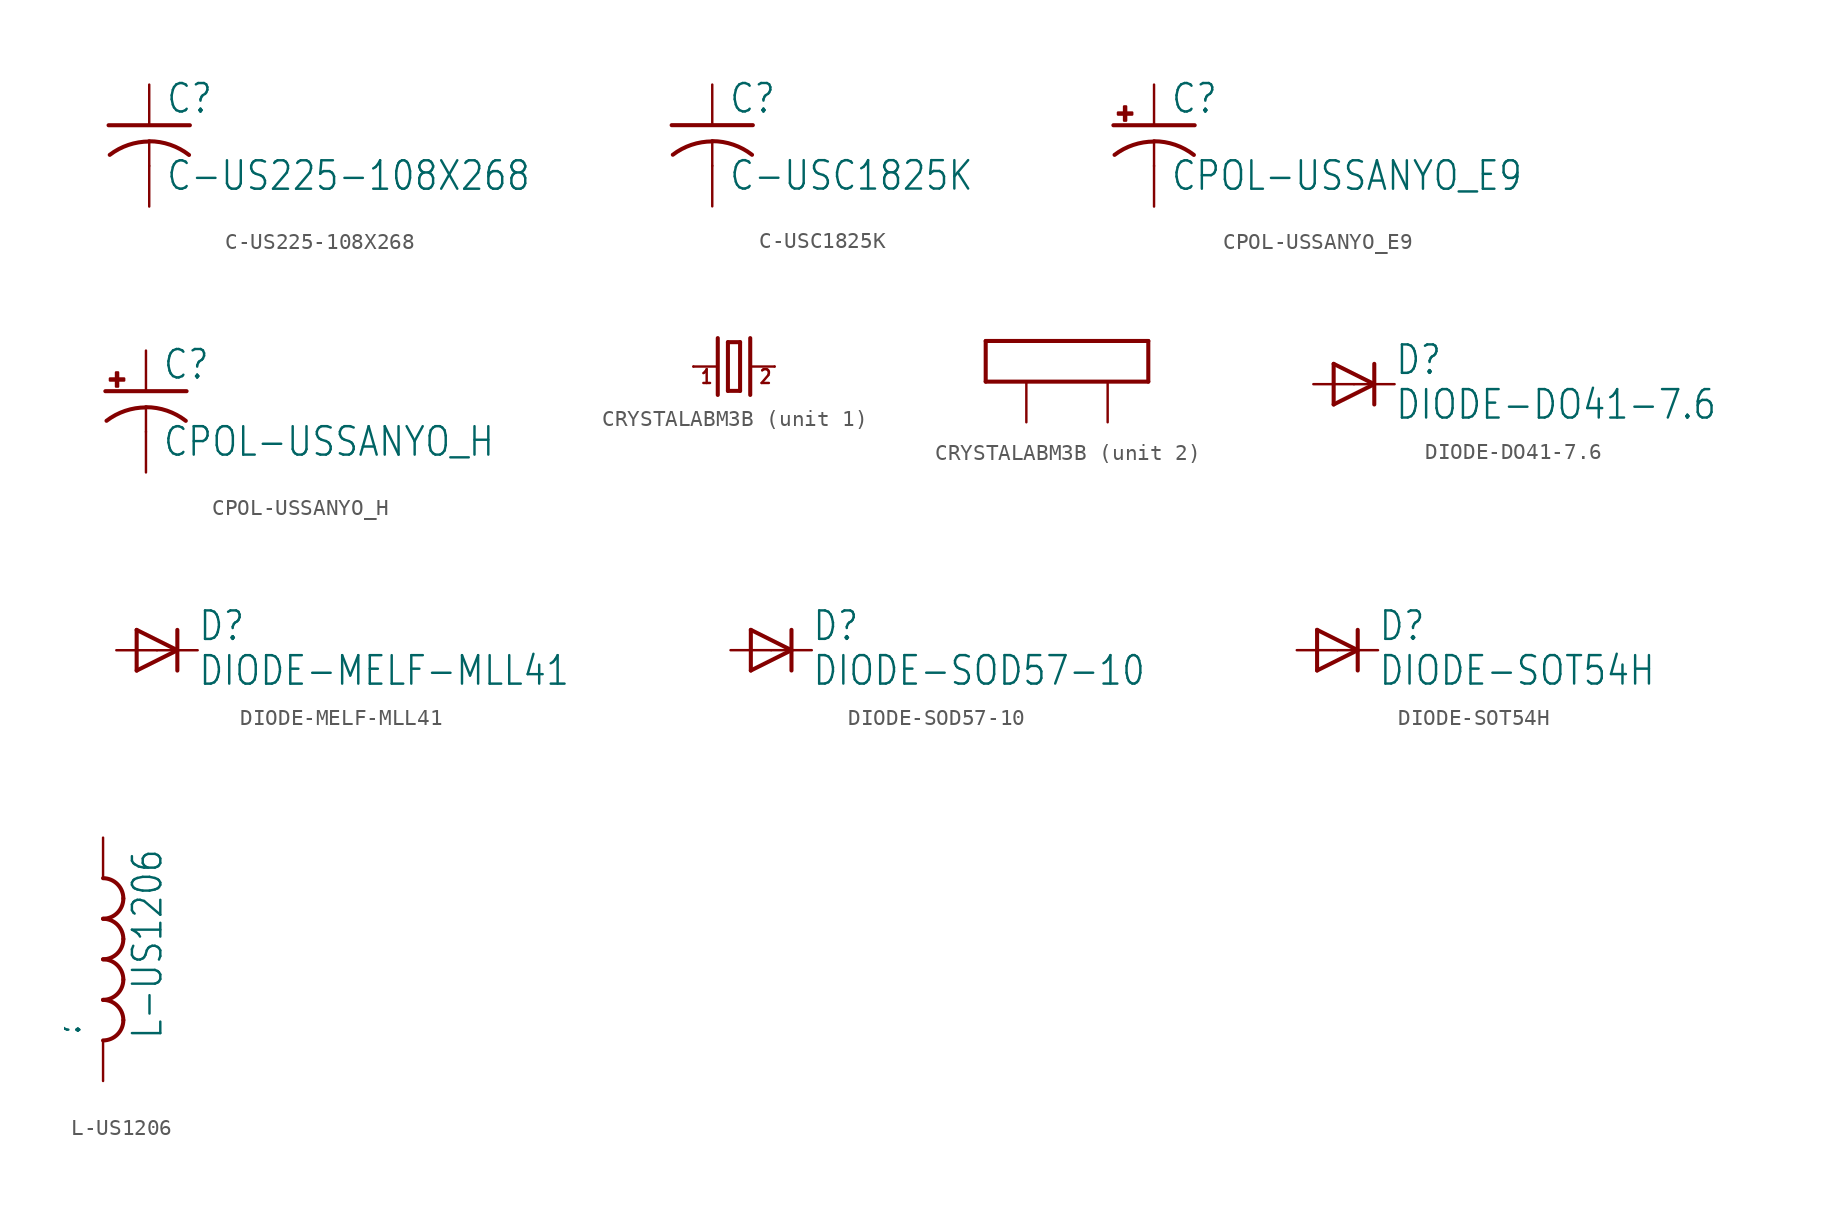
<source format=kicad_sym>
(kicad_symbol_lib
  (version 20211014)
  (generator kicad_symbol_editor)
  (symbol "C-US225-108X268"
    (property "Reference" "C"
      (at 1.016 0.635 0)
      (effects (font (size 1.778 1.511)) (justify left bottom)))
    (property "Value" "C-US225-108X268"
      (at 1.016 -4.191 0)
      (effects (font (size 1.778 1.511)) (justify left bottom)))
    (property "ki_locked" ""
      (at 0 0 0)
      (effects (font (size 1.27 1.27))))
    (symbol "C-US225-108X268_1_0"
      (arc (start 0 -1.0161) (mid -1.302 -1.2303) (end -2.4668 -1.8504) (stroke (width 0.254) (type default) (color 0 0 0 0)) (fill (type none)))
      (polyline (pts (xy -2.54 0) (xy 2.54 0)) (stroke (width 0.254) (type default) (color 0 0 0 0)) (fill (type none)))
      (polyline (pts (xy 0 -1.016) (xy 0 -2.54)) (stroke (width 0.152) (type default) (color 0 0 0 0)) (fill (type none)))
      (arc (start 2.4892 -1.8542) (mid 1.3158 -1.2195) (end 0 -1) (stroke (width 0.254) (type default) (color 0 0 0 0)) (fill (type none)))
      (pin passive line (at 0 2.54 270) (length 2.54) (name "1" (effects (font (size 0 0)))) (number "1" (effects (font (size 0 0)))))
      (pin passive line (at 0 -5.08 90) (length 2.54) (name "2" (effects (font (size 0 0)))) (number "2" (effects (font (size 0 0)))))))
  (symbol "C-USC1825K"
    (property "Reference" "C"
      (at 1.016 0.635 0)
      (effects (font (size 1.778 1.511)) (justify left bottom)))
    (property "Value" "C-USC1825K"
      (at 1.016 -4.191 0)
      (effects (font (size 1.778 1.511)) (justify left bottom)))
    (property "ki_locked" ""
      (at 0 0 0)
      (effects (font (size 1.27 1.27))))
    (symbol "C-USC1825K_1_0"
      (arc (start 0 -1.0161) (mid -1.302 -1.2303) (end -2.4668 -1.8504) (stroke (width 0.254) (type default) (color 0 0 0 0)) (fill (type none)))
      (polyline (pts (xy -2.54 0) (xy 2.54 0)) (stroke (width 0.254) (type default) (color 0 0 0 0)) (fill (type none)))
      (polyline (pts (xy 0 -1.016) (xy 0 -2.54)) (stroke (width 0.152) (type default) (color 0 0 0 0)) (fill (type none)))
      (arc (start 2.4892 -1.8542) (mid 1.3158 -1.2195) (end 0 -1) (stroke (width 0.254) (type default) (color 0 0 0 0)) (fill (type none)))
      (pin passive line (at 0 2.54 270) (length 2.54) (name "1" (effects (font (size 0 0)))) (number "1" (effects (font (size 0 0)))))
      (pin passive line (at 0 -5.08 90) (length 2.54) (name "2" (effects (font (size 0 0)))) (number "2" (effects (font (size 0 0)))))))
  (symbol "CPOL-USSANYO_E9"
    (property "Reference" "C"
      (at 1.016 0.635 0)
      (effects (font (size 1.778 1.511)) (justify left bottom)))
    (property "Value" "CPOL-USSANYO_E9"
      (at 1.016 -4.191 0)
      (effects (font (size 1.778 1.511)) (justify left bottom)))
    (property "ki_locked" ""
      (at 0 0 0)
      (effects (font (size 1.27 1.27))))
    (symbol "CPOL-USSANYO_E9_1_0"
      (rectangle (start -2.253 0.668) (end -1.364 0.795) (stroke (width 0) (type default) (color 0 0 0 0)) (fill (type outline)))
      (rectangle (start -1.872 0.287) (end -1.745 1.176) (stroke (width 0) (type default) (color 0 0 0 0)) (fill (type outline)))
      (arc (start 0 -1.0161) (mid -1.3021 -1.2302) (end -2.4669 -1.8504) (stroke (width 0.254) (type default) (color 0 0 0 0)) (fill (type none)))
      (polyline (pts (xy -2.54 0) (xy 2.54 0)) (stroke (width 0.254) (type default) (color 0 0 0 0)) (fill (type none)))
      (polyline (pts (xy 0 -1.016) (xy 0 -2.54)) (stroke (width 0.152) (type default) (color 0 0 0 0)) (fill (type none)))
      (arc (start 2.4892 -1.8542) (mid 1.3158 -1.2195) (end 0 -1) (stroke (width 0.254) (type default) (color 0 0 0 0)) (fill (type none)))
      (pin passive line (at 0 2.54 270) (length 2.54) (name "+" (effects (font (size 0 0)))) (number "+" (effects (font (size 0 0)))))
      (pin passive line (at 0 -5.08 90) (length 2.54) (name "-" (effects (font (size 0 0)))) (number "-" (effects (font (size 0 0)))))))
  (symbol "CPOL-USSANYO_H"
    (property "Reference" "C"
      (at 1.016 0.635 0)
      (effects (font (size 1.778 1.511)) (justify left bottom)))
    (property "Value" "CPOL-USSANYO_H"
      (at 1.016 -4.191 0)
      (effects (font (size 1.778 1.511)) (justify left bottom)))
    (property "ki_locked" ""
      (at 0 0 0)
      (effects (font (size 1.27 1.27))))
    (symbol "CPOL-USSANYO_H_1_0"
      (rectangle (start -2.253 0.668) (end -1.364 0.795) (stroke (width 0) (type default) (color 0 0 0 0)) (fill (type outline)))
      (rectangle (start -1.872 0.287) (end -1.745 1.176) (stroke (width 0) (type default) (color 0 0 0 0)) (fill (type outline)))
      (arc (start 0 -1.0161) (mid -1.3021 -1.2302) (end -2.4669 -1.8504) (stroke (width 0.254) (type default) (color 0 0 0 0)) (fill (type none)))
      (polyline (pts (xy -2.54 0) (xy 2.54 0)) (stroke (width 0.254) (type default) (color 0 0 0 0)) (fill (type none)))
      (polyline (pts (xy 0 -1.016) (xy 0 -2.54)) (stroke (width 0.152) (type default) (color 0 0 0 0)) (fill (type none)))
      (arc (start 2.4892 -1.8542) (mid 1.3158 -1.2195) (end 0 -1) (stroke (width 0.254) (type default) (color 0 0 0 0)) (fill (type none)))
      (pin passive line (at 0 2.54 270) (length 2.54) (name "+" (effects (font (size 0 0)))) (number "+" (effects (font (size 0 0)))))
      (pin passive line (at 0 -5.08 90) (length 2.54) (name "-" (effects (font (size 0 0)))) (number "-" (effects (font (size 0 0)))))))
  (symbol "CRYSTALABM3B"
    (property "Reference" "Q"
      (at 2.54 1.016 0)
      (effects (font (size 1.778 1.511)) (justify left bottom) hide))
    (property "ki_locked" ""
      (at 0 0 0)
      (effects (font (size 1.27 1.27))))
    (symbol "CRYSTALABM3B_1_0"
      (polyline (pts (xy -2.54 0) (xy -1.016 0)) (stroke (width 0.152) (type default) (color 0 0 0 0)) (fill (type none)))
      (polyline (pts (xy -1.016 1.778) (xy -1.016 -1.778)) (stroke (width 0.254) (type default) (color 0 0 0 0)) (fill (type none)))
      (polyline (pts (xy -0.381 -1.524) (xy 0.381 -1.524)) (stroke (width 0.254) (type default) (color 0 0 0 0)) (fill (type none)))
      (polyline (pts (xy -0.381 1.524) (xy -0.381 -1.524)) (stroke (width 0.254) (type default) (color 0 0 0 0)) (fill (type none)))
      (polyline (pts (xy 0.381 -1.524) (xy 0.381 1.524)) (stroke (width 0.254) (type default) (color 0 0 0 0)) (fill (type none)))
      (polyline (pts (xy 0.381 1.524) (xy -0.381 1.524)) (stroke (width 0.254) (type default) (color 0 0 0 0)) (fill (type none)))
      (polyline (pts (xy 1.016 0) (xy 2.54 0)) (stroke (width 0.152) (type default) (color 0 0 0 0)) (fill (type none)))
      (polyline (pts (xy 1.016 1.778) (xy 1.016 -1.778)) (stroke (width 0.254) (type default) (color 0 0 0 0)) (fill (type none)))
      (text "1" (at -2.159 -1.143 0) (effects (font (size 0.864 0.734)) (justify left bottom)))
      (text "2" (at 1.524 -1.143 0) (effects (font (size 0.864 0.734)) (justify left bottom)))
      (pin passive line (at -2.54 0 0) (length 0) (name "1" (effects (font (size 0 0)))) (number "1" (effects (font (size 0 0)))))
      (pin passive line (at 2.54 0 180) (length 0) (name "2" (effects (font (size 0 0)))) (number "3" (effects (font (size 0 0))))))
    (symbol "CRYSTALABM3B_2_0"
      (polyline (pts (xy -2.54 0) (xy 7.62 0)) (stroke (width 0.254) (type default) (color 0 0 0 0)) (fill (type none)))
      (polyline (pts (xy -2.54 2.54) (xy -2.54 0)) (stroke (width 0.254) (type default) (color 0 0 0 0)) (fill (type none)))
      (polyline (pts (xy 7.62 0) (xy 7.62 2.54)) (stroke (width 0.254) (type default) (color 0 0 0 0)) (fill (type none)))
      (polyline (pts (xy 7.62 2.54) (xy -2.54 2.54)) (stroke (width 0.254) (type default) (color 0 0 0 0)) (fill (type none)))
      (pin power_in line (at 0 -2.54 90) (length 2.54) (name "LID1" (effects (font (size 0 0)))) (number "2" (effects (font (size 0 0)))))
      (pin power_in line (at 5.08 -2.54 90) (length 2.54) (name "LID2" (effects (font (size 0 0)))) (number "4" (effects (font (size 0 0)))))))
  (symbol "DIODE-DO41-7.6"
    (property "Reference" "D"
      (at 2.54 0.483 0)
      (effects (font (size 1.778 1.511)) (justify left bottom)))
    (property "Value" "DIODE-DO41-7.6"
      (at 2.54 -2.311 0)
      (effects (font (size 1.778 1.511)) (justify left bottom)))
    (property "ki_locked" ""
      (at 0 0 0)
      (effects (font (size 1.27 1.27))))
    (symbol "DIODE-DO41-7.6_1_0"
      (polyline (pts (xy -1.27 -1.27) (xy 1.27 0)) (stroke (width 0.254) (type default) (color 0 0 0 0)) (fill (type none)))
      (polyline (pts (xy -1.27 1.27) (xy -1.27 -1.27)) (stroke (width 0.254) (type default) (color 0 0 0 0)) (fill (type none)))
      (polyline (pts (xy 1.27 0) (xy -1.27 1.27)) (stroke (width 0.254) (type default) (color 0 0 0 0)) (fill (type none)))
      (polyline (pts (xy 1.27 0) (xy 1.27 -1.27)) (stroke (width 0.254) (type default) (color 0 0 0 0)) (fill (type none)))
      (polyline (pts (xy 1.27 1.27) (xy 1.27 0)) (stroke (width 0.254) (type default) (color 0 0 0 0)) (fill (type none)))
      (pin passive line (at -2.54 0 0) (length 2.54) (name "A" (effects (font (size 0 0)))) (number "A" (effects (font (size 0 0)))))
      (pin passive line (at 2.54 0 180) (length 2.54) (name "C" (effects (font (size 0 0)))) (number "C" (effects (font (size 0 0)))))))
  (symbol "DIODE-MELF-MLL41"
    (property "Reference" "D"
      (at 2.54 0.483 0)
      (effects (font (size 1.778 1.511)) (justify left bottom)))
    (property "Value" "DIODE-MELF-MLL41"
      (at 2.54 -2.311 0)
      (effects (font (size 1.778 1.511)) (justify left bottom)))
    (property "ki_locked" ""
      (at 0 0 0)
      (effects (font (size 1.27 1.27))))
    (symbol "DIODE-MELF-MLL41_1_0"
      (polyline (pts (xy -1.27 -1.27) (xy 1.27 0)) (stroke (width 0.254) (type default) (color 0 0 0 0)) (fill (type none)))
      (polyline (pts (xy -1.27 1.27) (xy -1.27 -1.27)) (stroke (width 0.254) (type default) (color 0 0 0 0)) (fill (type none)))
      (polyline (pts (xy 1.27 0) (xy -1.27 1.27)) (stroke (width 0.254) (type default) (color 0 0 0 0)) (fill (type none)))
      (polyline (pts (xy 1.27 0) (xy 1.27 -1.27)) (stroke (width 0.254) (type default) (color 0 0 0 0)) (fill (type none)))
      (polyline (pts (xy 1.27 1.27) (xy 1.27 0)) (stroke (width 0.254) (type default) (color 0 0 0 0)) (fill (type none)))
      (pin passive line (at -2.54 0 0) (length 2.54) (name "A" (effects (font (size 0 0)))) (number "A" (effects (font (size 0 0)))))
      (pin passive line (at 2.54 0 180) (length 2.54) (name "C" (effects (font (size 0 0)))) (number "C" (effects (font (size 0 0)))))))
  (symbol "DIODE-SOD57-10"
    (property "Reference" "D"
      (at 2.54 0.483 0)
      (effects (font (size 1.778 1.511)) (justify left bottom)))
    (property "Value" "DIODE-SOD57-10"
      (at 2.54 -2.311 0)
      (effects (font (size 1.778 1.511)) (justify left bottom)))
    (property "ki_locked" ""
      (at 0 0 0)
      (effects (font (size 1.27 1.27))))
    (symbol "DIODE-SOD57-10_1_0"
      (polyline (pts (xy -1.27 -1.27) (xy 1.27 0)) (stroke (width 0.254) (type default) (color 0 0 0 0)) (fill (type none)))
      (polyline (pts (xy -1.27 1.27) (xy -1.27 -1.27)) (stroke (width 0.254) (type default) (color 0 0 0 0)) (fill (type none)))
      (polyline (pts (xy 1.27 0) (xy -1.27 1.27)) (stroke (width 0.254) (type default) (color 0 0 0 0)) (fill (type none)))
      (polyline (pts (xy 1.27 0) (xy 1.27 -1.27)) (stroke (width 0.254) (type default) (color 0 0 0 0)) (fill (type none)))
      (polyline (pts (xy 1.27 1.27) (xy 1.27 0)) (stroke (width 0.254) (type default) (color 0 0 0 0)) (fill (type none)))
      (pin passive line (at -2.54 0 0) (length 2.54) (name "A" (effects (font (size 0 0)))) (number "A" (effects (font (size 0 0)))))
      (pin passive line (at 2.54 0 180) (length 2.54) (name "C" (effects (font (size 0 0)))) (number "C" (effects (font (size 0 0)))))))
  (symbol "DIODE-SOT54H"
    (property "Reference" "D"
      (at 2.54 0.483 0)
      (effects (font (size 1.778 1.511)) (justify left bottom)))
    (property "Value" "DIODE-SOT54H"
      (at 2.54 -2.311 0)
      (effects (font (size 1.778 1.511)) (justify left bottom)))
    (property "ki_locked" ""
      (at 0 0 0)
      (effects (font (size 1.27 1.27))))
    (symbol "DIODE-SOT54H_1_0"
      (polyline (pts (xy -1.27 -1.27) (xy 1.27 0)) (stroke (width 0.254) (type default) (color 0 0 0 0)) (fill (type none)))
      (polyline (pts (xy -1.27 1.27) (xy -1.27 -1.27)) (stroke (width 0.254) (type default) (color 0 0 0 0)) (fill (type none)))
      (polyline (pts (xy 1.27 0) (xy -1.27 1.27)) (stroke (width 0.254) (type default) (color 0 0 0 0)) (fill (type none)))
      (polyline (pts (xy 1.27 0) (xy 1.27 -1.27)) (stroke (width 0.254) (type default) (color 0 0 0 0)) (fill (type none)))
      (polyline (pts (xy 1.27 1.27) (xy 1.27 0)) (stroke (width 0.254) (type default) (color 0 0 0 0)) (fill (type none)))
      (pin passive line (at -2.54 0 0) (length 2.54) (name "A" (effects (font (size 0 0)))) (number "A" (effects (font (size 0 0)))))
      (pin passive line (at 2.54 0 180) (length 2.54) (name "C" (effects (font (size 0 0)))) (number "C" (effects (font (size 0 0)))))))
  (symbol "L-US1206"
    (property "Reference" ""
      (at -1.27 -5.08 90)
      (effects (font (size 1.778 1.511)) (justify left bottom)))
    (property "Value" "L-US1206"
      (at 3.81 -5.08 90)
      (effects (font (size 1.778 1.511)) (justify left bottom)))
    (property "ki_locked" ""
      (at 0 0 0)
      (effects (font (size 1.27 1.27))))
    (symbol "L-US1206_1_0"
      (arc (start 0 -5.08) (mid 0.898 -4.708) (end 1.27 -3.81) (stroke (width 0.254) (type default) (color 0 0 0 0)) (fill (type none)))
      (arc (start 0 -2.54) (mid 0.898 -2.168) (end 1.27 -1.27) (stroke (width 0.254) (type default) (color 0 0 0 0)) (fill (type none)))
      (arc (start 0 0) (mid 0.898 0.372) (end 1.27 1.27) (stroke (width 0.254) (type default) (color 0 0 0 0)) (fill (type none)))
      (arc (start 0 2.54) (mid 0.898 2.912) (end 1.27 3.81) (stroke (width 0.254) (type default) (color 0 0 0 0)) (fill (type none)))
      (arc (start 1.27 -3.81) (mid 0.898 -2.912) (end 0 -2.54) (stroke (width 0.254) (type default) (color 0 0 0 0)) (fill (type none)))
      (arc (start 1.27 -1.27) (mid 0.898 -0.372) (end 0 0) (stroke (width 0.254) (type default) (color 0 0 0 0)) (fill (type none)))
      (arc (start 1.27 1.27) (mid 0.898 2.168) (end 0 2.54) (stroke (width 0.254) (type default) (color 0 0 0 0)) (fill (type none)))
      (arc (start 1.27 3.81) (mid 0.898 4.708) (end 0 5.08) (stroke (width 0.254) (type default) (color 0 0 0 0)) (fill (type none)))
      (pin passive line (at 0 7.62 270) (length 2.54) (name "1" (effects (font (size 0 0)))) (number "1" (effects (font (size 0 0)))))
      (pin passive line (at 0 -7.62 90) (length 2.54) (name "2" (effects (font (size 0 0)))) (number "2" (effects (font (size 0 0))))))))
</source>
